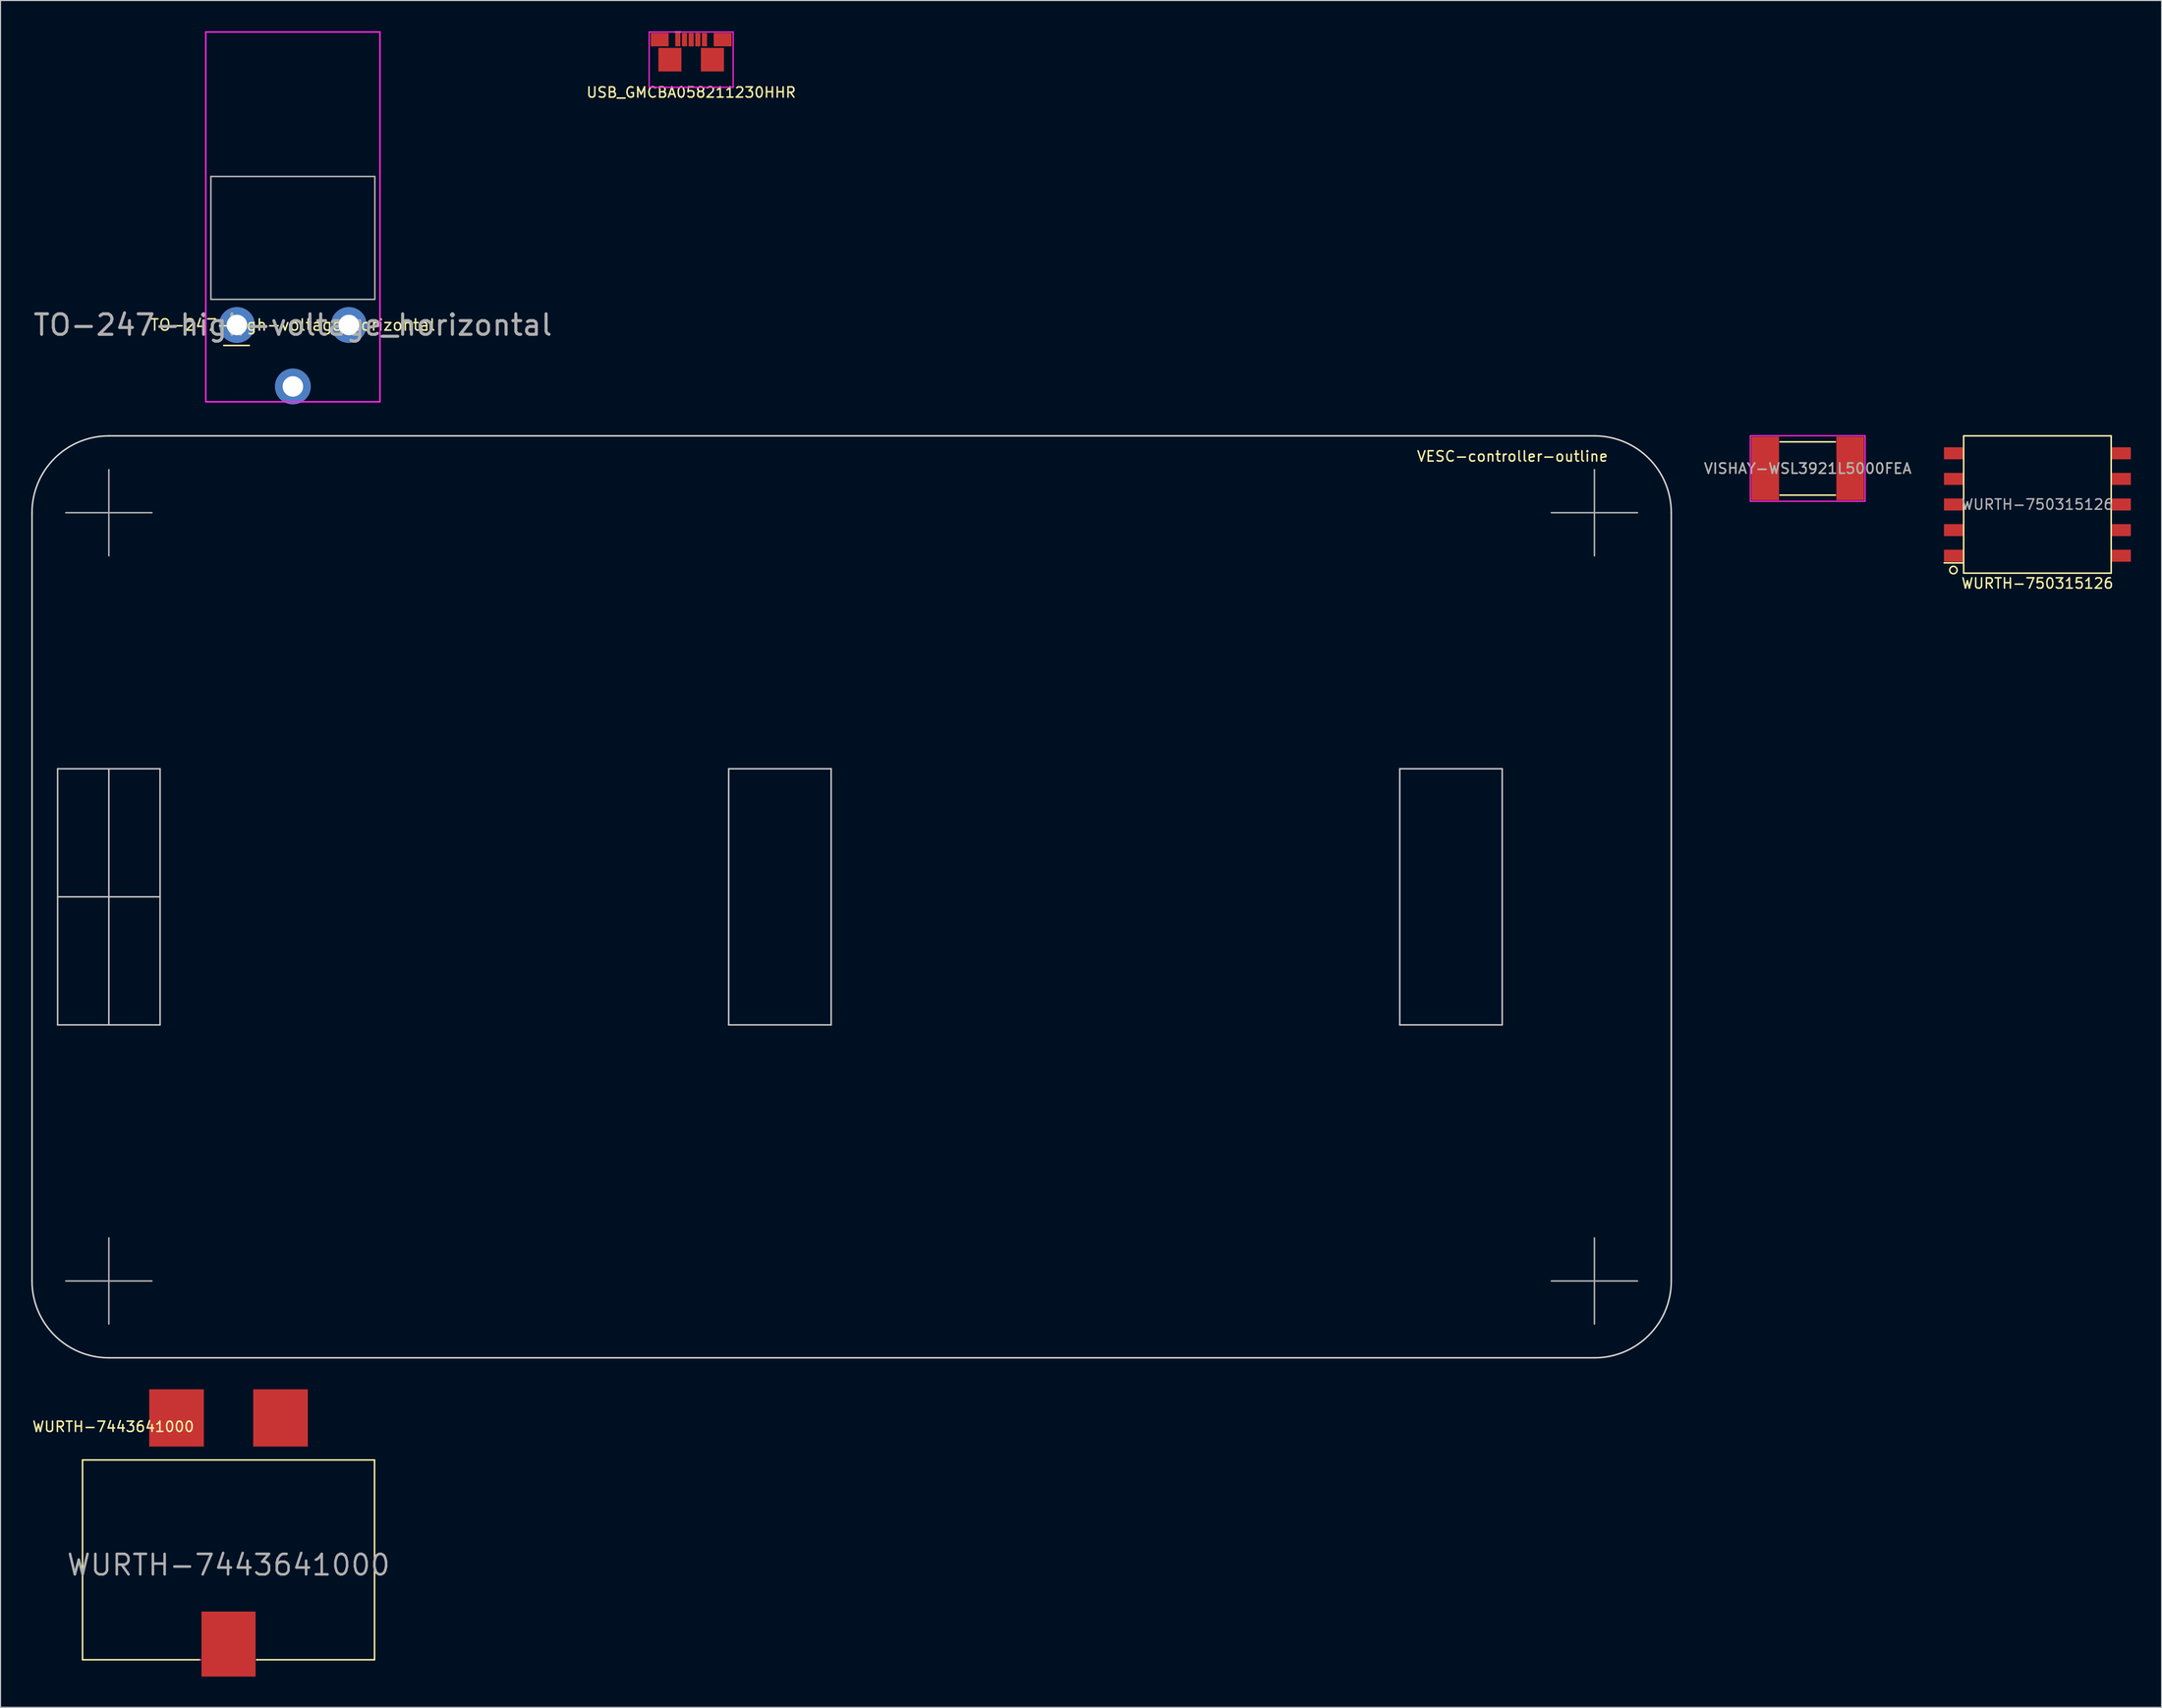
<source format=kicad_pcb>
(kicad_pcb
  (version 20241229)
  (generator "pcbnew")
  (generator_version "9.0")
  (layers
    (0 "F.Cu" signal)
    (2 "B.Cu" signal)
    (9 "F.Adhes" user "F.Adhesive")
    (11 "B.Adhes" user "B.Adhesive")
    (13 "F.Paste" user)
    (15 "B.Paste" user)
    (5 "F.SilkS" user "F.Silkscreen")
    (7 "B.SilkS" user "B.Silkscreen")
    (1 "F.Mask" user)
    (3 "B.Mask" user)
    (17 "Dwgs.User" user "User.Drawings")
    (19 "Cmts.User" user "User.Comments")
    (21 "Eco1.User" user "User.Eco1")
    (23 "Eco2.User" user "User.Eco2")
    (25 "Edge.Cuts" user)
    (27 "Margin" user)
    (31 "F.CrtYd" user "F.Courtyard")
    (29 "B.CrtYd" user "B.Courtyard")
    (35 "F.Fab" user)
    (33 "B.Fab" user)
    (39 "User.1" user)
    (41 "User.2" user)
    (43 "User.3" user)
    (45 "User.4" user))
  (footprint "WURTH-750315126"
    (layer "F.Cu")
    (at 195.813 46.2)
    (property "Reference" "WURTH-750315126" (at 0 7.7 0) (layer "F.SilkS") (effects (font (size 1 1) (thickness 0.15))))
    (attr through_hole)
    (fp_line (start -9.1 5.7) (end -7.3 5.7) (stroke (width 0.15) (type solid)) (layer "F.SilkS"))
    (fp_line (start -7.2 -6.7) (end 7.2 -6.7) (stroke (width 0.15) (type solid)) (layer "F.SilkS"))
    (fp_line (start -7.2 6.7) (end -7.2 -6.7) (stroke (width 0.15) (type solid)) (layer "F.SilkS"))
    (fp_line (start 7.2 -6.7) (end 7.2 6.7) (stroke (width 0.15) (type solid)) (layer "F.SilkS"))
    (fp_line (start 7.2 6.7) (end -7.2 6.7) (stroke (width 0.15) (type solid)) (layer "F.SilkS"))
    (fp_circle (center -8.2 6.4) (end -7.9 6.6) (stroke (width 0.15) (type solid)) (fill no) (layer "F.SilkS"))
    (fp_text user "${REFERENCE}" (at 0 0 0) (layer "F.Fab") (effects (font (size 1 1) (thickness 0.15))))
    (pad "1" smd rect (at -8.18 5) (size 1.88 1.17) (layers "F.Cu" "F.Mask" "F.Paste"))
    (pad "2" smd rect (at -8.18 2.5) (size 1.88 1.17) (layers "F.Cu" "F.Mask" "F.Paste"))
    (pad "3" smd rect (at -8.18 0) (size 1.88 1.17) (layers "F.Cu" "F.Mask" "F.Paste"))
    (pad "4" smd rect (at -8.18 -2.5) (size 1.88 1.17) (layers "F.Cu" "F.Mask" "F.Paste"))
    (pad "5" smd rect (at -8.18 -5) (size 1.88 1.17) (layers "F.Cu" "F.Mask" "F.Paste"))
    (pad "6" smd rect (at 8.18 -5) (size 1.88 1.17) (layers "F.Cu" "F.Mask" "F.Paste"))
    (pad "7" smd rect (at 8.18 -2.5) (size 1.88 1.17) (layers "F.Cu" "F.Mask" "F.Paste"))
    (pad "8" smd rect (at 8.18 0) (size 1.88 1.17) (layers "F.Cu" "F.Mask" "F.Paste"))
    (pad "9" smd rect (at 8.18 2.5) (size 1.88 1.17) (layers "F.Cu" "F.Mask" "F.Paste"))
    (pad "10" smd rect (at 8.18 5) (size 1.88 1.17) (layers "F.Cu" "F.Mask" "F.Paste")))
  (footprint "TO-247-high-voltage_horizontal"
    (layer "F.Cu")
    (at 25.536 28.675)
    (property "Reference" "TO-247-high-voltage_horizontal" (at 0 0 0) (layer "F.SilkS") (effects (font (size 1.1 1.1) (thickness 0.15))))
    (attr through_hole)
    (fp_line (start -6.75 2) (end -4.25 2) (stroke (width 0.15) (type solid)) (layer "F.SilkS"))
    (fp_line (start -8.5 -14.9) (end -8.5 -28.6) (stroke (width 0.15) (type solid)) (layer "F.CrtYd"))
    (fp_line (start -8.5 -14.9) (end -8.5 7.5) (stroke (width 0.15) (type solid)) (layer "F.CrtYd"))
    (fp_line (start -8.5 7.5) (end 8.5 7.5) (stroke (width 0.15) (type solid)) (layer "F.CrtYd"))
    (fp_line (start 8.5 -28.6) (end -8.5 -28.6) (stroke (width 0.15) (type solid)) (layer "F.CrtYd"))
    (fp_line (start 8.5 -28.6) (end 8.5 -14.9) (stroke (width 0.15) (type solid)) (layer "F.CrtYd"))
    (fp_line (start 8.5 7.5) (end 8.5 -14.9) (stroke (width 0.15) (type solid)) (layer "F.CrtYd"))
    (fp_line (start -8 -14.5) (end 8 -14.5) (stroke (width 0.15) (type solid)) (layer "F.Fab"))
    (fp_line (start -8 -2.5) (end -8 -14.5) (stroke (width 0.15) (type solid)) (layer "F.Fab"))
    (fp_line (start 8 -14.5) (end 8 -2.5) (stroke (width 0.15) (type solid)) (layer "F.Fab"))
    (fp_line (start 8 -2.5) (end -8 -2.5) (stroke (width 0.15) (type solid)) (layer "F.Fab"))
    (fp_text user "${REFERENCE}" (at 0 0 0) (layer "F.Fab") (effects (font (size 2 2) (thickness 0.3))))
    (pad "1" thru_hole circle (at -5.461 0) (size 3.5 3.5) (drill 2) (layers "*.Cu" "*.Mask"))
    (pad "2" thru_hole circle (at 0 6) (size 3.5 3.5) (drill 2) (layers "*.Cu" "*.Mask"))
    (pad "3" thru_hole circle (at 5.461 0) (size 3.5 3.5) (drill 2) (layers "*.Cu" "*.Mask")))
  (footprint "USB_GMCBA058211230HHR"
    (layer "F.Cu")
    (at 64.411 5.475)
    (property "Reference" "USB_GMCBA058211230HHR" (at 0 0.5 0) (layer "F.SilkS") (effects (font (size 1 1) (thickness 0.15))))
    (attr through_hole)
    (fp_line (start -1.55 -5.4) (end -1.05 -5.4) (stroke (width 0.15) (type solid)) (layer "F.SilkS"))
    (fp_line (start -4.1 -5.4) (end -4.1 0) (stroke (width 0.12) (type solid)) (layer "F.CrtYd"))
    (fp_line (start -4.1 0) (end 4.1 0) (stroke (width 0.12) (type solid)) (layer "F.CrtYd"))
    (fp_line (start 4.1 -5.4) (end -4.1 -5.4) (stroke (width 0.12) (type solid)) (layer "F.CrtYd"))
    (fp_line (start 4.1 0) (end 4.1 -5.4) (stroke (width 0.12) (type solid)) (layer "F.CrtYd"))
    (pad "1" smd rect (at -1.3 -4.65) (size 0.5 1.3) (layers "F.Cu" "F.Mask" "F.Paste"))
    (pad "2" smd rect (at -0.65 -4.65) (size 0.5 1.3) (layers "F.Cu" "F.Mask" "F.Paste"))
    (pad "3" smd rect (at 0 -4.65) (size 0.5 1.3) (layers "F.Cu" "F.Mask" "F.Paste"))
    (pad "4" smd rect (at 0.65 -4.65) (size 0.5 1.3) (layers "F.Cu" "F.Mask" "F.Paste"))
    (pad "5" smd rect (at 1.3 -4.65) (size 0.5 1.3) (layers "F.Cu" "F.Mask" "F.Paste"))
    (pad "6" smd rect (at -3.075 -4.65) (size 1.75 1.3) (layers "F.Cu" "F.Mask" "F.Paste"))
    (pad "6" smd rect (at -2.075 -2.7) (size 2.25 2.3) (layers "F.Cu" "F.Mask" "F.Paste"))
    (pad "6" smd rect (at 2.075 -2.7) (size 2.25 2.3) (layers "F.Cu" "F.Mask" "F.Paste"))
    (pad "6" smd rect (at 3.075 -4.65) (size 1.75 1.3) (layers "F.Cu" "F.Mask" "F.Paste")))
  (footprint "WURTH-7443641000"
    (layer "F.Cu")
    (at 19.256 149.725)
    (property "Reference" "WURTH-7443641000" (at -11.25 -13.5 0) (layer "F.SilkS") (effects (font (size 1 1) (thickness 0.15))))
    (attr through_hole)
    (fp_line (start -14.25 -10.25) (end 14.25 -10.25) (stroke (width 0.15) (type solid)) (layer "F.SilkS"))
    (fp_line (start -14.25 9.25) (end -14.25 -10.25) (stroke (width 0.15) (type solid)) (layer "F.SilkS"))
    (fp_line (start -14.25 9.25) (end -2.75 9.25) (stroke (width 0.15) (type solid)) (layer "F.SilkS"))
    (fp_line (start 2.75 9.25) (end 2.75 9.25) (stroke (width 0.15) (type solid)) (layer "F.SilkS"))
    (fp_line (start 14.25 -10.25) (end 14.25 9.25) (stroke (width 0.15) (type solid)) (layer "F.SilkS"))
    (fp_line (start 14.25 9.25) (end 2.75 9.25) (stroke (width 0.15) (type solid)) (layer "F.SilkS"))
    (fp_line (start -2.75 9.25) (end -2.75 9.25) (stroke (width 0.15) (type solid)) (layer "F.CrtYd"))
    (fp_text user "${REFERENCE}" (at 0 0 0) (layer "F.Fab") (effects (font (size 2 2) (thickness 0.25))))
    (pad "" smd rect (at 0 7.72) (size 5.28 6.35) (layers "F.Cu" "F.Mask" "F.Paste"))
    (pad "1" smd rect (at -5.075 -14.355) (size 5.33 5.59) (layers "F.Cu" "F.Mask" "F.Paste"))
    (pad "2" smd rect (at 5.075 -14.355) (size 5.33 5.59) (layers "F.Cu" "F.Mask" "F.Paste")))
  (footprint "VISHAY-WSL3921L5000FEA"
    (layer "F.Cu")
    (at 173.394 42.685)
    (property "Reference" "VISHAY-WSL3921L5000FEA" (at 0 0 0) (layer "F.SilkS") (effects (font (size 1 1) (thickness 0.15))))
    (attr smd)
    (fp_line (start -2.7 -2.6) (end 2.7 -2.6) (stroke (width 0.15) (type solid)) (layer "F.SilkS"))
    (fp_line (start -2.7 2.6) (end 2.7 2.6) (stroke (width 0.15) (type solid)) (layer "F.SilkS"))
    (fp_line (start -5.6 -3.2) (end 5.6 -3.2) (stroke (width 0.12) (type solid)) (layer "F.CrtYd"))
    (fp_line (start -5.6 3.2) (end -5.6 -3.2) (stroke (width 0.12) (type solid)) (layer "F.CrtYd"))
    (fp_line (start 5.6 -3.2) (end 5.6 3.2) (stroke (width 0.12) (type solid)) (layer "F.CrtYd"))
    (fp_line (start 5.6 3.2) (end -5.6 3.2) (stroke (width 0.12) (type solid)) (layer "F.CrtYd"))
    (fp_text user "${REFERENCE}" (at 0 0 0) (layer "F.Fab") (effects (font (size 1 1) (thickness 0.15))))
    (pad "1" smd rect (at -4.15 0) (size 2.7 6.2) (layers "F.Cu" "F.Mask" "F.Paste"))
    (pad "2" smd rect (at 4.15 0) (size 2.7 6.2) (layers "F.Cu" "F.Mask" "F.Paste")))
  (footprint "VESC-controller-outline"
    (layer "F.Cu")
    (at 80.075 84.5)
    (property "Reference" "VESC-controller-outline" (at 64.5 -43 0) (layer "F.SilkS") (effects (font (size 1 1) (thickness 0.15))))
    (attr through_hole)
    (fp_line (start -77.5 -12.5) (end -67.5 -12.5) (stroke (width 0.15) (type solid)) (layer "Dwgs.User"))
    (fp_line (start -77.5 0) (end -67.5 0) (stroke (width 0.15) (type solid)) (layer "Dwgs.User"))
    (fp_line (start -77.5 12.5) (end -77.5 -12.5) (stroke (width 0.15) (type solid)) (layer "Dwgs.User"))
    (fp_line (start -72.5 -12.5) (end -72.5 12.5) (stroke (width 0.15) (type solid)) (layer "Dwgs.User"))
    (fp_line (start -67.5 -12.5) (end -67.5 12.5) (stroke (width 0.15) (type solid)) (layer "Dwgs.User"))
    (fp_line (start -67.5 12.5) (end -77.5 12.5) (stroke (width 0.15) (type solid)) (layer "Dwgs.User"))
    (fp_line (start -12 -12.5) (end -2 -12.5) (stroke (width 0.15) (type solid)) (layer "Dwgs.User"))
    (fp_line (start -12 12.5) (end -12 -12.5) (stroke (width 0.15) (type solid)) (layer "Dwgs.User"))
    (fp_line (start -2 -12.5) (end -2 12.5) (stroke (width 0.15) (type solid)) (layer "Dwgs.User"))
    (fp_line (start -2 12.5) (end -12 12.5) (stroke (width 0.15) (type solid)) (layer "Dwgs.User"))
    (fp_line (start 53.5 -12.5) (end 63.5 -12.5) (stroke (width 0.15) (type solid)) (layer "Dwgs.User"))
    (fp_line (start 53.5 12.5) (end 53.5 -12.5) (stroke (width 0.15) (type solid)) (layer "Dwgs.User"))
    (fp_line (start 63.5 -12.5) (end 63.5 12.5) (stroke (width 0.15) (type solid)) (layer "Dwgs.User"))
    (fp_line (start 63.5 12.5) (end 53.5 12.5) (stroke (width 0.15) (type solid)) (layer "Dwgs.User"))
    (fp_line (start -80 -37.5) (end -80 37.5) (stroke (width 0.15) (type solid)) (layer "Edge.Cuts"))
    (fp_line (start -80 37.5) (end -80 37.5) (stroke (width 0.15) (type solid)) (layer "Edge.Cuts"))
    (fp_line (start -77.5 12.5) (end -77.5 12.5) (stroke (width 0.15) (type solid)) (layer "Edge.Cuts"))
    (fp_line (start -72.5 -45) (end -72.5 -45) (stroke (width 0.15) (type solid)) (layer "Edge.Cuts"))
    (fp_line (start -72.5 45) (end 72.5 45) (stroke (width 0.15) (type solid)) (layer "Edge.Cuts"))
    (fp_line (start -12 12.5) (end -12 12.5) (stroke (width 0.15) (type solid)) (layer "Edge.Cuts"))
    (fp_line (start 53.5 12.5) (end 53.5 12.5) (stroke (width 0.15) (type solid)) (layer "Edge.Cuts"))
    (fp_line (start 72.5 -45) (end -72.5 -45) (stroke (width 0.15) (type solid)) (layer "Edge.Cuts"))
    (fp_line (start 80 37.5) (end 80 -37.5) (stroke (width 0.15) (type solid)) (layer "Edge.Cuts"))
    (fp_arc (start -80 -37.5) (mid -77.803301 -42.803301) (end -72.5 -45) (stroke (width 0.15) (type solid)) (layer "Edge.Cuts"))
    (fp_arc (start -72.5 45) (mid -77.803301 42.803301) (end -80 37.5) (stroke (width 0.15) (type solid)) (layer "Edge.Cuts"))
    (fp_arc (start 72.5 -45) (mid 77.803301 -42.803301) (end 80 -37.5) (stroke (width 0.15) (type solid)) (layer "Edge.Cuts"))
    (fp_arc (start 80 37.5) (mid 77.803301 42.803301) (end 72.5 45) (stroke (width 0.15) (type solid)) (layer "Edge.Cuts"))
    (fp_line (start -76.7 37.5) (end -68.3 37.5) (stroke (width 0.15) (type solid)) (layer "F.Fab"))
    (fp_line (start -72.5 -41.7) (end -72.5 -33.3) (stroke (width 0.15) (type solid)) (layer "F.Fab"))
    (fp_line (start -72.5 33.3) (end -72.5 41.7) (stroke (width 0.15) (type solid)) (layer "F.Fab"))
    (fp_line (start -68.3 -37.5) (end -76.7 -37.5) (stroke (width 0.15) (type solid)) (layer "F.Fab"))
    (fp_line (start 68.3 37.5) (end 76.7 37.5) (stroke (width 0.15) (type solid)) (layer "F.Fab"))
    (fp_line (start 72.5 -41.7) (end 72.5 -33.3) (stroke (width 0.15) (type solid)) (layer "F.Fab"))
    (fp_line (start 72.5 33.3) (end 72.5 41.7) (stroke (width 0.15) (type solid)) (layer "F.Fab"))
    (fp_line (start 76.7 -37.5) (end 68.3 -37.5) (stroke (width 0.15) (type solid)) (layer "F.Fab")))
  (gr_rect
    (start -3 -3)
    (end 207.933 163.62)
    (stroke (width 0.1) (type default))
    (fill no)
    (layer "Edge.Cuts")))
</source>
